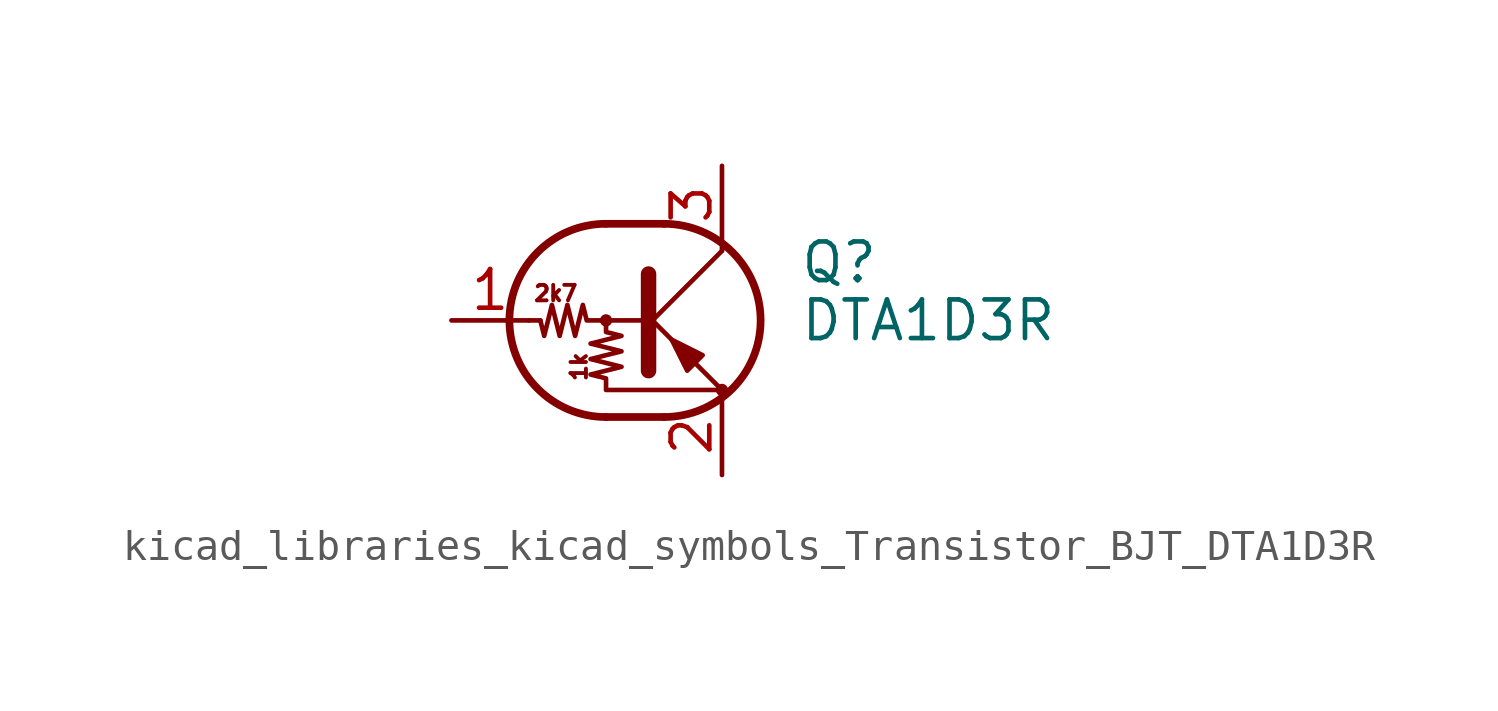
<source format=kicad_sym>
(kicad_symbol_lib
  (version 20220914)
  (generator kicad_symbol_editor)
  (symbol "kicad_libraries_kicad_symbols_Transistor_BJT_DTA1D3R"
    (pin_names
      (offset 0) hide)
    (property "Reference" "Q"
      (at 5.08 1.905 0)
      (effects (font (size 1.27 1.27)) (justify left)))
    (property "Value" "DTA1D3R"
      (at 5.08 0 0)
      (effects (font (size 1.27 1.27)) (justify left)))
    (symbol "kicad_libraries_kicad_symbols_Transistor_BJT_DTA1D3R_0_0"
      (text "1k" (at -2.159 -1.524 900) (effects (font (size 0.508 0.508))))
      (text "2k7" (at -2.921 0.889 0) (effects (font (size 0.508 0.508)))))
    (symbol "kicad_libraries_kicad_symbols_Transistor_BJT_DTA1D3R_0_1"
      (circle (center -1.27 0) (radius 0.127) (stroke (width 0) (type default)) (fill (type none)))
      (arc (start -1.27 3.175) (mid -4.4312 0) (end -1.27 -3.175) (stroke (width 0.254) (type default)) (fill (type none)))
      (polyline (pts (xy -3.429 0) (xy -3.81 0)) (stroke (width 0) (type default)) (fill (type none)))
      (polyline (pts (xy -1.27 -3.175) (xy 0.635 -3.175)) (stroke (width 0.254) (type default)) (fill (type none)))
      (polyline (pts (xy -1.27 3.175) (xy 0.635 3.175)) (stroke (width 0.254) (type default)) (fill (type none)))
      (polyline (pts (xy 0 -0.254) (xy 2.54 2.286)) (stroke (width 0) (type default)) (fill (type none)))
      (polyline (pts (xy 0.127 1.524) (xy 0.127 -1.651)) (stroke (width 0.508) (type default)) (fill (type outline)))
      (polyline (pts (xy 2.54 2.286) (xy 2.54 2.54)) (stroke (width 0) (type default)) (fill (type none)))
      (polyline (pts (xy 2.54 -2.286) (xy 0 0.254) (xy 0 0.254)) (stroke (width 0) (type default)) (fill (type none)))
      (polyline (pts (xy 1.397 -1.651) (xy 1.905 -1.143) (xy 0.889 -0.635) (xy 1.397 -1.651)) (stroke (width 0) (type default)) (fill (type outline)))
      (polyline (pts (xy 0 0) (xy -1.905 0) (xy -2.032 0.508) (xy -2.286 -0.508) (xy -2.54 0.508) (xy -2.794 -0.508) (xy -3.048 0.508) (xy -3.302 -0.508) (xy -3.429 0)) (stroke (width 0) (type default)) (fill (type none)))
      (polyline (pts (xy -1.27 0) (xy -1.27 -0.381) (xy -0.762 -0.508) (xy -1.778 -0.762) (xy -0.762 -1.016) (xy -1.778 -1.27) (xy -0.762 -1.524) (xy -1.778 -1.778) (xy -1.27 -1.905) (xy -1.27 -2.286) (xy 2.54 -2.286)) (stroke (width 0) (type default)) (fill (type none)))
      (arc (start 0.635 -3.175) (mid 3.7962 0) (end 0.635 3.175) (stroke (width 0.254) (type default)) (fill (type none)))
      (circle (center 2.54 -2.286) (radius 0.127) (stroke (width 0) (type default)) (fill (type none))))
    (symbol "kicad_libraries_kicad_symbols_Transistor_BJT_DTA1D3R_1_1"
      (pin input line (at -6.35 0 0) (length 2.54) (name "B" (effects (font (size 1.27 1.27)))) (number "1" (effects (font (size 1.27 1.27)))))
      (pin passive line (at 2.54 -5.08 90) (length 2.54) (name "E" (effects (font (size 1.27 1.27)))) (number "2" (effects (font (size 1.27 1.27)))))
      (pin passive line (at 2.54 5.08 270) (length 2.54) (name "C" (effects (font (size 1.27 1.27)))) (number "3" (effects (font (size 1.27 1.27))))))))
</source>
